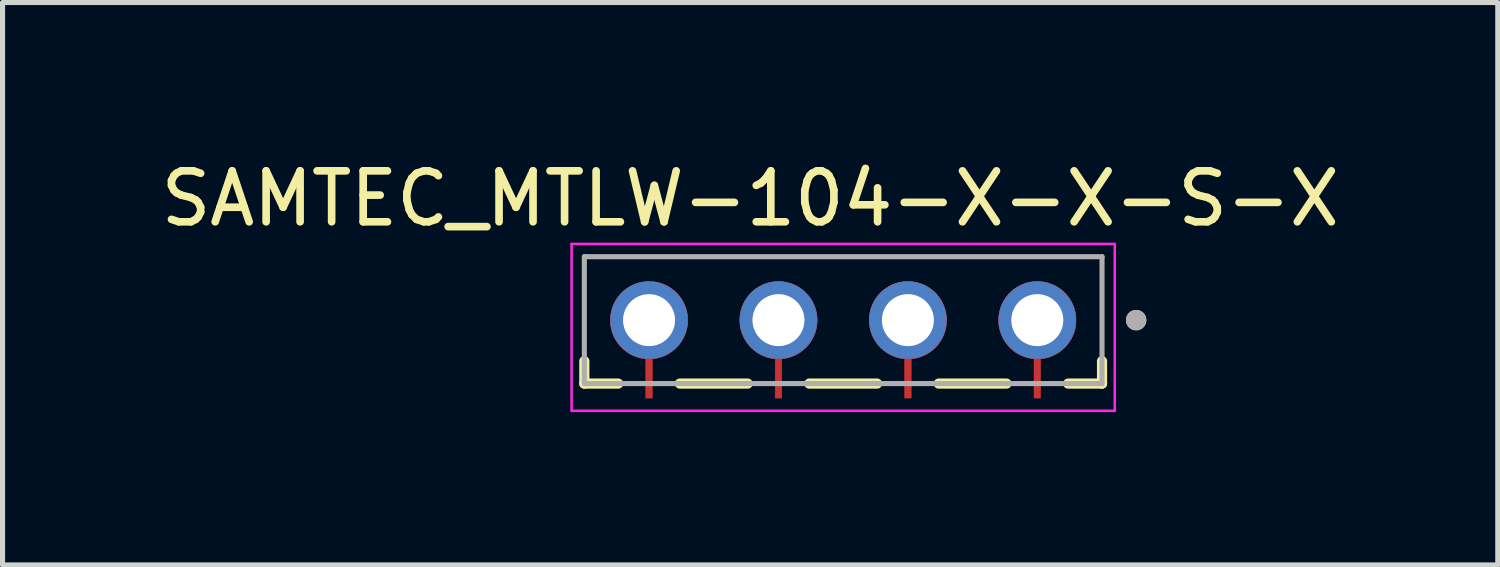
<source format=kicad_pcb>
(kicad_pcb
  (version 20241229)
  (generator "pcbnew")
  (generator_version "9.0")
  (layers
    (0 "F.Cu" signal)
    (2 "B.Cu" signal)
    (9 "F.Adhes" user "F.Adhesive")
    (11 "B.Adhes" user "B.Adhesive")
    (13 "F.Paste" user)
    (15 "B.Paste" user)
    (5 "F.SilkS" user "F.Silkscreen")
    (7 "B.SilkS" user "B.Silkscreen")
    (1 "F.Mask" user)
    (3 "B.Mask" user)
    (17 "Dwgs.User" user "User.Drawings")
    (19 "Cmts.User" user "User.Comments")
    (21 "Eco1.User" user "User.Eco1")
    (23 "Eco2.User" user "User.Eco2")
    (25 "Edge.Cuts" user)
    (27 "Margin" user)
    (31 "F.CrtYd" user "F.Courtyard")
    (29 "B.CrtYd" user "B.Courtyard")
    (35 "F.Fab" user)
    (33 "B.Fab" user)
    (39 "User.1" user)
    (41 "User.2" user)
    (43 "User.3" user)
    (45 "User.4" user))
  (footprint "SAMTEC_MTLW-104-X-X-S-X"
    (layer "F.Cu")
    (at 13.498 3.233)
    (property "Reference" "SAMTEC_MTLW-104-X-X-S-X" (at -1.825 -2.385 0) (layer "F.SilkS") (effects (font (size 1 1) (thickness 0.15))))
    (attr through_hole)
    (fp_poly (pts (xy -4.57 0) (xy -4.566 -0.079) (xy -4.553 -0.158) (xy -4.533 -0.235) (xy -4.504 -0.309) (xy -4.468 -0.38) (xy -4.425 -0.447) (xy -4.375 -0.509) (xy -4.319 -0.565) (xy -4.257 -0.615) (xy -4.19 -0.658) (xy -4.119 -0.694) (xy -4.045 -0.723) (xy -3.968 -0.743) (xy -3.889 -0.756) (xy -3.81 -0.76) (xy -3.731 -0.756) (xy -3.652 -0.743) (xy -3.575 -0.723) (xy -3.501 -0.694) (xy -3.43 -0.658) (xy -3.363 -0.615) (xy -3.301 -0.565) (xy -3.245 -0.509) (xy -3.195 -0.447) (xy -3.152 -0.38) (xy -3.116 -0.309) (xy -3.087 -0.235) (xy -3.067 -0.158) (xy -3.054 -0.079) (xy -3.05 0) (xy -3.051 0.038) (xy -3.054 0.076) (xy -3.058 0.113) (xy -3.065 0.151) (xy -3.073 0.187) (xy -3.083 0.224) (xy -3.095 0.259) (xy -3.109 0.294) (xy -3.124 0.329) (xy -3.141 0.363) (xy -3.16 0.395) (xy -3.18 0.427) (xy -3.202 0.458) (xy -3.225 0.487) (xy -3.25 0.516) (xy -3.276 0.543) (xy -3.304 0.569) (xy -3.333 0.593) (xy -3.362 0.616) (xy -3.393 0.638) (xy -3.425 0.658) (xy -3.458 0.676) (xy -3.492 0.692) (xy -3.527 0.707) (xy -3.562 0.721) (xy -3.598 0.732) (xy -3.634 0.742) (xy -3.671 0.75) (xy -3.708 0.756) (xy -3.745 0.76) (xy -3.745 1.53) (xy -3.875 1.53) (xy -3.875 0.76) (xy -3.912 0.756) (xy -3.949 0.75) (xy -3.986 0.742) (xy -4.022 0.732) (xy -4.058 0.721) (xy -4.093 0.707) (xy -4.128 0.692) (xy -4.162 0.676) (xy -4.195 0.658) (xy -4.227 0.638) (xy -4.258 0.616) (xy -4.287 0.593) (xy -4.316 0.569) (xy -4.344 0.543) (xy -4.37 0.516) (xy -4.395 0.487) (xy -4.418 0.458) (xy -4.44 0.427) (xy -4.46 0.395) (xy -4.479 0.363) (xy -4.496 0.329) (xy -4.511 0.294) (xy -4.525 0.259) (xy -4.537 0.224) (xy -4.547 0.187) (xy -4.555 0.151) (xy -4.562 0.113) (xy -4.566 0.076) (xy -4.569 0.038) (xy -4.57 0)) (stroke (width 0.01) (type solid)) (fill yes) (layer "F.Cu"))
    (fp_poly (pts (xy -2.03 0) (xy -2.026 -0.079) (xy -2.013 -0.158) (xy -1.993 -0.235) (xy -1.964 -0.309) (xy -1.928 -0.38) (xy -1.885 -0.447) (xy -1.835 -0.509) (xy -1.779 -0.565) (xy -1.717 -0.615) (xy -1.65 -0.658) (xy -1.579 -0.694) (xy -1.505 -0.723) (xy -1.428 -0.743) (xy -1.349 -0.756) (xy -1.27 -0.76) (xy -1.191 -0.756) (xy -1.112 -0.743) (xy -1.035 -0.723) (xy -0.961 -0.694) (xy -0.89 -0.658) (xy -0.823 -0.615) (xy -0.761 -0.565) (xy -0.705 -0.509) (xy -0.655 -0.447) (xy -0.612 -0.38) (xy -0.576 -0.309) (xy -0.547 -0.235) (xy -0.527 -0.158) (xy -0.514 -0.079) (xy -0.51 0) (xy -0.511 0.038) (xy -0.514 0.076) (xy -0.518 0.113) (xy -0.525 0.151) (xy -0.533 0.187) (xy -0.543 0.224) (xy -0.555 0.259) (xy -0.569 0.294) (xy -0.584 0.329) (xy -0.601 0.363) (xy -0.62 0.395) (xy -0.64 0.427) (xy -0.662 0.458) (xy -0.685 0.487) (xy -0.71 0.516) (xy -0.736 0.543) (xy -0.764 0.569) (xy -0.793 0.593) (xy -0.822 0.616) (xy -0.853 0.638) (xy -0.885 0.658) (xy -0.918 0.676) (xy -0.952 0.692) (xy -0.987 0.707) (xy -1.022 0.721) (xy -1.058 0.732) (xy -1.094 0.742) (xy -1.131 0.75) (xy -1.168 0.756) (xy -1.205 0.76) (xy -1.205 1.53) (xy -1.335 1.53) (xy -1.335 0.76) (xy -1.372 0.756) (xy -1.409 0.75) (xy -1.446 0.742) (xy -1.482 0.732) (xy -1.518 0.721) (xy -1.553 0.707) (xy -1.588 0.692) (xy -1.622 0.676) (xy -1.655 0.658) (xy -1.687 0.638) (xy -1.718 0.616) (xy -1.747 0.593) (xy -1.776 0.569) (xy -1.804 0.543) (xy -1.83 0.516) (xy -1.855 0.487) (xy -1.878 0.458) (xy -1.9 0.427) (xy -1.92 0.395) (xy -1.939 0.363) (xy -1.956 0.329) (xy -1.971 0.294) (xy -1.985 0.259) (xy -1.997 0.224) (xy -2.007 0.187) (xy -2.015 0.151) (xy -2.022 0.113) (xy -2.026 0.076) (xy -2.029 0.038) (xy -2.03 0)) (stroke (width 0.01) (type solid)) (fill yes) (layer "F.Cu"))
    (fp_poly (pts (xy 0.51 0) (xy 0.514 -0.079) (xy 0.527 -0.158) (xy 0.547 -0.235) (xy 0.576 -0.309) (xy 0.612 -0.38) (xy 0.655 -0.447) (xy 0.705 -0.509) (xy 0.761 -0.565) (xy 0.823 -0.615) (xy 0.89 -0.658) (xy 0.961 -0.694) (xy 1.035 -0.723) (xy 1.112 -0.743) (xy 1.191 -0.756) (xy 1.27 -0.76) (xy 1.349 -0.756) (xy 1.428 -0.743) (xy 1.505 -0.723) (xy 1.579 -0.694) (xy 1.65 -0.658) (xy 1.717 -0.615) (xy 1.779 -0.565) (xy 1.835 -0.509) (xy 1.885 -0.447) (xy 1.928 -0.38) (xy 1.964 -0.309) (xy 1.993 -0.235) (xy 2.013 -0.158) (xy 2.026 -0.079) (xy 2.03 0) (xy 2.029 0.038) (xy 2.026 0.076) (xy 2.022 0.113) (xy 2.015 0.151) (xy 2.007 0.187) (xy 1.997 0.224) (xy 1.985 0.259) (xy 1.971 0.294) (xy 1.956 0.329) (xy 1.939 0.363) (xy 1.92 0.395) (xy 1.9 0.427) (xy 1.878 0.458) (xy 1.855 0.487) (xy 1.83 0.516) (xy 1.804 0.543) (xy 1.776 0.569) (xy 1.747 0.593) (xy 1.718 0.616) (xy 1.687 0.638) (xy 1.655 0.658) (xy 1.622 0.676) (xy 1.588 0.692) (xy 1.553 0.707) (xy 1.518 0.721) (xy 1.482 0.732) (xy 1.446 0.742) (xy 1.409 0.75) (xy 1.372 0.756) (xy 1.335 0.76) (xy 1.335 1.53) (xy 1.205 1.53) (xy 1.205 0.76) (xy 1.168 0.756) (xy 1.131 0.75) (xy 1.094 0.742) (xy 1.058 0.732) (xy 1.022 0.721) (xy 0.987 0.707) (xy 0.952 0.692) (xy 0.918 0.676) (xy 0.885 0.658) (xy 0.853 0.638) (xy 0.822 0.616) (xy 0.793 0.593) (xy 0.764 0.569) (xy 0.736 0.543) (xy 0.71 0.516) (xy 0.685 0.487) (xy 0.662 0.458) (xy 0.64 0.427) (xy 0.62 0.395) (xy 0.601 0.363) (xy 0.584 0.329) (xy 0.569 0.294) (xy 0.555 0.259) (xy 0.543 0.224) (xy 0.533 0.187) (xy 0.525 0.151) (xy 0.518 0.113) (xy 0.514 0.076) (xy 0.511 0.038) (xy 0.51 0)) (stroke (width 0.01) (type solid)) (fill yes) (layer "F.Cu"))
    (fp_poly (pts (xy 3.05 0) (xy 3.054 -0.079) (xy 3.067 -0.158) (xy 3.087 -0.235) (xy 3.116 -0.309) (xy 3.152 -0.38) (xy 3.195 -0.447) (xy 3.245 -0.509) (xy 3.301 -0.565) (xy 3.363 -0.615) (xy 3.43 -0.658) (xy 3.501 -0.694) (xy 3.575 -0.723) (xy 3.652 -0.743) (xy 3.731 -0.756) (xy 3.81 -0.76) (xy 3.889 -0.756) (xy 3.968 -0.743) (xy 4.045 -0.723) (xy 4.119 -0.694) (xy 4.19 -0.658) (xy 4.257 -0.615) (xy 4.319 -0.565) (xy 4.375 -0.509) (xy 4.425 -0.447) (xy 4.468 -0.38) (xy 4.504 -0.309) (xy 4.533 -0.235) (xy 4.553 -0.158) (xy 4.566 -0.079) (xy 4.57 0) (xy 4.569 0.038) (xy 4.566 0.076) (xy 4.562 0.113) (xy 4.555 0.151) (xy 4.547 0.187) (xy 4.537 0.224) (xy 4.525 0.259) (xy 4.511 0.294) (xy 4.496 0.329) (xy 4.479 0.363) (xy 4.46 0.395) (xy 4.44 0.427) (xy 4.418 0.458) (xy 4.395 0.487) (xy 4.37 0.516) (xy 4.344 0.543) (xy 4.316 0.569) (xy 4.287 0.593) (xy 4.258 0.616) (xy 4.227 0.638) (xy 4.195 0.658) (xy 4.162 0.676) (xy 4.128 0.692) (xy 4.093 0.707) (xy 4.058 0.721) (xy 4.022 0.732) (xy 3.986 0.742) (xy 3.949 0.75) (xy 3.912 0.756) (xy 3.875 0.76) (xy 3.875 1.53) (xy 3.745 1.53) (xy 3.745 0.76) (xy 3.708 0.756) (xy 3.671 0.75) (xy 3.634 0.742) (xy 3.598 0.732) (xy 3.562 0.721) (xy 3.527 0.707) (xy 3.492 0.692) (xy 3.458 0.676) (xy 3.425 0.658) (xy 3.393 0.638) (xy 3.362 0.616) (xy 3.333 0.593) (xy 3.304 0.569) (xy 3.276 0.543) (xy 3.25 0.516) (xy 3.225 0.487) (xy 3.202 0.458) (xy 3.18 0.427) (xy 3.16 0.395) (xy 3.141 0.363) (xy 3.124 0.329) (xy 3.109 0.294) (xy 3.095 0.259) (xy 3.083 0.224) (xy 3.073 0.187) (xy 3.065 0.151) (xy 3.058 0.113) (xy 3.054 0.076) (xy 3.051 0.038) (xy 3.05 0)) (stroke (width 0.01) (type solid)) (fill yes) (layer "F.Cu"))
    (fp_poly (pts (xy -4.67 0) (xy -4.665 -0.09) (xy -4.651 -0.179) (xy -4.628 -0.266) (xy -4.596 -0.35) (xy -4.555 -0.43) (xy -4.506 -0.505) (xy -4.449 -0.575) (xy -4.385 -0.639) (xy -4.315 -0.696) (xy -4.24 -0.745) (xy -4.16 -0.786) (xy -4.076 -0.818) (xy -3.989 -0.841) (xy -3.9 -0.855) (xy -3.81 -0.86) (xy -3.72 -0.855) (xy -3.631 -0.841) (xy -3.544 -0.818) (xy -3.46 -0.786) (xy -3.38 -0.745) (xy -3.305 -0.696) (xy -3.235 -0.639) (xy -3.171 -0.575) (xy -3.114 -0.505) (xy -3.065 -0.43) (xy -3.024 -0.35) (xy -2.992 -0.266) (xy -2.969 -0.179) (xy -2.955 -0.09) (xy -2.95 0) (xy -2.951 0.038) (xy -2.954 0.077) (xy -2.958 0.116) (xy -2.964 0.155) (xy -2.973 0.194) (xy -2.982 0.232) (xy -2.994 0.269) (xy -3.007 0.307) (xy -3.022 0.343) (xy -3.039 0.379) (xy -3.057 0.413) (xy -3.077 0.448) (xy -3.098 0.481) (xy -3.121 0.513) (xy -3.146 0.544) (xy -3.171 0.573) (xy -3.199 0.602) (xy -3.227 0.629) (xy -3.257 0.655) (xy -3.287 0.68) (xy -3.319 0.703) (xy -3.352 0.725) (xy -3.386 0.745) (xy -3.421 0.763) (xy -3.456 0.78) (xy -3.492 0.796) (xy -3.529 0.809) (xy -3.567 0.821) (xy -3.605 0.831) (xy -3.645 0.84) (xy -3.645 1.63) (xy -3.975 1.63) (xy -3.975 0.84) (xy -4.015 0.831) (xy -4.053 0.821) (xy -4.091 0.809) (xy -4.128 0.796) (xy -4.164 0.78) (xy -4.199 0.763) (xy -4.234 0.745) (xy -4.268 0.725) (xy -4.301 0.703) (xy -4.333 0.68) (xy -4.363 0.655) (xy -4.393 0.629) (xy -4.421 0.602) (xy -4.449 0.573) (xy -4.474 0.544) (xy -4.499 0.513) (xy -4.522 0.481) (xy -4.543 0.448) (xy -4.563 0.413) (xy -4.581 0.379) (xy -4.598 0.343) (xy -4.613 0.307) (xy -4.626 0.269) (xy -4.638 0.232) (xy -4.647 0.194) (xy -4.656 0.155) (xy -4.662 0.116) (xy -4.666 0.077) (xy -4.669 0.038) (xy -4.67 0)) (stroke (width 0.01) (type solid)) (fill yes) (layer "F.Mask"))
    (fp_poly (pts (xy -2.13 0) (xy -2.125 -0.09) (xy -2.111 -0.179) (xy -2.088 -0.266) (xy -2.056 -0.35) (xy -2.015 -0.43) (xy -1.966 -0.505) (xy -1.909 -0.575) (xy -1.845 -0.639) (xy -1.775 -0.696) (xy -1.7 -0.745) (xy -1.62 -0.786) (xy -1.536 -0.818) (xy -1.449 -0.841) (xy -1.36 -0.855) (xy -1.27 -0.86) (xy -1.18 -0.855) (xy -1.091 -0.841) (xy -1.004 -0.818) (xy -0.92 -0.786) (xy -0.84 -0.745) (xy -0.765 -0.696) (xy -0.695 -0.639) (xy -0.631 -0.575) (xy -0.574 -0.505) (xy -0.525 -0.43) (xy -0.484 -0.35) (xy -0.452 -0.266) (xy -0.429 -0.179) (xy -0.415 -0.09) (xy -0.41 0) (xy -0.411 0.038) (xy -0.414 0.077) (xy -0.418 0.116) (xy -0.424 0.155) (xy -0.433 0.194) (xy -0.442 0.232) (xy -0.454 0.269) (xy -0.467 0.307) (xy -0.482 0.343) (xy -0.499 0.379) (xy -0.517 0.413) (xy -0.537 0.448) (xy -0.558 0.481) (xy -0.581 0.513) (xy -0.606 0.544) (xy -0.631 0.573) (xy -0.659 0.602) (xy -0.687 0.629) (xy -0.717 0.655) (xy -0.747 0.68) (xy -0.779 0.703) (xy -0.812 0.725) (xy -0.846 0.745) (xy -0.881 0.763) (xy -0.916 0.78) (xy -0.952 0.796) (xy -0.989 0.809) (xy -1.027 0.821) (xy -1.065 0.831) (xy -1.105 0.84) (xy -1.105 1.63) (xy -1.435 1.63) (xy -1.435 0.84) (xy -1.475 0.831) (xy -1.513 0.821) (xy -1.551 0.809) (xy -1.588 0.796) (xy -1.624 0.78) (xy -1.659 0.763) (xy -1.694 0.745) (xy -1.728 0.725) (xy -1.761 0.703) (xy -1.793 0.68) (xy -1.823 0.655) (xy -1.853 0.629) (xy -1.881 0.602) (xy -1.909 0.573) (xy -1.934 0.544) (xy -1.959 0.513) (xy -1.982 0.481) (xy -2.003 0.448) (xy -2.023 0.413) (xy -2.041 0.379) (xy -2.058 0.343) (xy -2.073 0.307) (xy -2.086 0.269) (xy -2.098 0.232) (xy -2.107 0.194) (xy -2.116 0.155) (xy -2.122 0.116) (xy -2.126 0.077) (xy -2.129 0.038) (xy -2.13 0)) (stroke (width 0.01) (type solid)) (fill yes) (layer "F.Mask"))
    (fp_poly (pts (xy 0.41 0) (xy 0.415 -0.09) (xy 0.429 -0.179) (xy 0.452 -0.266) (xy 0.484 -0.35) (xy 0.525 -0.43) (xy 0.574 -0.505) (xy 0.631 -0.575) (xy 0.695 -0.639) (xy 0.765 -0.696) (xy 0.84 -0.745) (xy 0.92 -0.786) (xy 1.004 -0.818) (xy 1.091 -0.841) (xy 1.18 -0.855) (xy 1.27 -0.86) (xy 1.36 -0.855) (xy 1.449 -0.841) (xy 1.536 -0.818) (xy 1.62 -0.786) (xy 1.7 -0.745) (xy 1.775 -0.696) (xy 1.845 -0.639) (xy 1.909 -0.575) (xy 1.966 -0.505) (xy 2.015 -0.43) (xy 2.056 -0.35) (xy 2.088 -0.266) (xy 2.111 -0.179) (xy 2.125 -0.09) (xy 2.13 0) (xy 2.129 0.038) (xy 2.126 0.077) (xy 2.122 0.116) (xy 2.116 0.155) (xy 2.107 0.194) (xy 2.098 0.232) (xy 2.086 0.269) (xy 2.073 0.307) (xy 2.058 0.343) (xy 2.041 0.379) (xy 2.023 0.413) (xy 2.003 0.448) (xy 1.982 0.481) (xy 1.959 0.513) (xy 1.934 0.544) (xy 1.909 0.573) (xy 1.881 0.602) (xy 1.853 0.629) (xy 1.823 0.655) (xy 1.793 0.68) (xy 1.761 0.703) (xy 1.728 0.725) (xy 1.694 0.745) (xy 1.659 0.763) (xy 1.624 0.78) (xy 1.588 0.796) (xy 1.551 0.809) (xy 1.513 0.821) (xy 1.475 0.831) (xy 1.435 0.84) (xy 1.435 1.63) (xy 1.105 1.63) (xy 1.105 0.84) (xy 1.065 0.831) (xy 1.027 0.821) (xy 0.989 0.809) (xy 0.952 0.796) (xy 0.916 0.78) (xy 0.881 0.763) (xy 0.846 0.745) (xy 0.812 0.725) (xy 0.779 0.703) (xy 0.747 0.68) (xy 0.717 0.655) (xy 0.687 0.629) (xy 0.659 0.602) (xy 0.631 0.573) (xy 0.606 0.544) (xy 0.581 0.513) (xy 0.558 0.481) (xy 0.537 0.448) (xy 0.517 0.413) (xy 0.499 0.379) (xy 0.482 0.343) (xy 0.467 0.307) (xy 0.454 0.269) (xy 0.442 0.232) (xy 0.433 0.194) (xy 0.424 0.155) (xy 0.418 0.116) (xy 0.414 0.077) (xy 0.411 0.038) (xy 0.41 0)) (stroke (width 0.01) (type solid)) (fill yes) (layer "F.Mask"))
    (fp_poly (pts (xy 2.95 0) (xy 2.955 -0.09) (xy 2.969 -0.179) (xy 2.992 -0.266) (xy 3.024 -0.35) (xy 3.065 -0.43) (xy 3.114 -0.505) (xy 3.171 -0.575) (xy 3.235 -0.639) (xy 3.305 -0.696) (xy 3.38 -0.745) (xy 3.46 -0.786) (xy 3.544 -0.818) (xy 3.631 -0.841) (xy 3.72 -0.855) (xy 3.81 -0.86) (xy 3.9 -0.855) (xy 3.989 -0.841) (xy 4.076 -0.818) (xy 4.16 -0.786) (xy 4.24 -0.745) (xy 4.315 -0.696) (xy 4.385 -0.639) (xy 4.449 -0.575) (xy 4.506 -0.505) (xy 4.555 -0.43) (xy 4.596 -0.35) (xy 4.628 -0.266) (xy 4.651 -0.179) (xy 4.665 -0.09) (xy 4.67 0) (xy 4.669 0.038) (xy 4.666 0.077) (xy 4.662 0.116) (xy 4.656 0.155) (xy 4.647 0.194) (xy 4.638 0.232) (xy 4.626 0.269) (xy 4.613 0.307) (xy 4.598 0.343) (xy 4.581 0.379) (xy 4.563 0.413) (xy 4.543 0.448) (xy 4.522 0.481) (xy 4.499 0.513) (xy 4.474 0.544) (xy 4.449 0.573) (xy 4.421 0.602) (xy 4.393 0.629) (xy 4.363 0.655) (xy 4.333 0.68) (xy 4.301 0.703) (xy 4.268 0.725) (xy 4.234 0.745) (xy 4.199 0.763) (xy 4.164 0.78) (xy 4.128 0.796) (xy 4.091 0.809) (xy 4.053 0.821) (xy 4.015 0.831) (xy 3.975 0.84) (xy 3.975 1.63) (xy 3.645 1.63) (xy 3.645 0.84) (xy 3.605 0.831) (xy 3.567 0.821) (xy 3.529 0.809) (xy 3.492 0.796) (xy 3.456 0.78) (xy 3.421 0.763) (xy 3.386 0.745) (xy 3.352 0.725) (xy 3.319 0.703) (xy 3.287 0.68) (xy 3.257 0.655) (xy 3.227 0.629) (xy 3.199 0.602) (xy 3.171 0.573) (xy 3.146 0.544) (xy 3.121 0.513) (xy 3.098 0.481) (xy 3.077 0.448) (xy 3.057 0.413) (xy 3.039 0.379) (xy 3.022 0.343) (xy 3.007 0.307) (xy 2.994 0.269) (xy 2.982 0.232) (xy 2.973 0.194) (xy 2.964 0.155) (xy 2.958 0.116) (xy 2.954 0.077) (xy 2.951 0.038) (xy 2.95 0)) (stroke (width 0.01) (type solid)) (fill yes) (layer "F.Mask"))
    (fp_line (start -5.08 1.245) (end -5.08 0.805) (stroke (width 0.2) (type solid)) (layer "F.SilkS"))
    (fp_line (start -4.415 1.245) (end -5.08 1.245) (stroke (width 0.2) (type solid)) (layer "F.SilkS"))
    (fp_line (start -1.875 1.245) (end -3.205 1.245) (stroke (width 0.2) (type solid)) (layer "F.SilkS"))
    (fp_line (start 0.665 1.245) (end -0.665 1.245) (stroke (width 0.2) (type solid)) (layer "F.SilkS"))
    (fp_line (start 3.205 1.245) (end 1.875 1.245) (stroke (width 0.2) (type solid)) (layer "F.SilkS"))
    (fp_line (start 5.08 0.805) (end 5.08 1.245) (stroke (width 0.2) (type solid)) (layer "F.SilkS"))
    (fp_line (start 5.08 1.245) (end 4.415 1.245) (stroke (width 0.2) (type solid)) (layer "F.SilkS"))
    (fp_circle (center 5.75 0) (end 5.85 0) (stroke (width 0.2) (type solid)) (fill no) (layer "F.SilkS"))
    (fp_poly (pts (xy -4.89 -1.085) (xy -2.73 -1.085) (xy -2.73 0.455) (xy -3.19 0.455) (xy -3.555 0.77) (xy -3.555 1.53) (xy -4.065 1.53) (xy -4.065 0.77) (xy -4.43 0.455) (xy -4.89 0.455)) (stroke (width 0.01) (type solid)) (fill yes) (layer "F.Paste"))
    (fp_poly (pts (xy -2.35 -1.085) (xy -0.19 -1.085) (xy -0.19 0.455) (xy -0.65 0.455) (xy -1.015 0.77) (xy -1.015 1.53) (xy -1.525 1.53) (xy -1.525 0.77) (xy -1.89 0.455) (xy -2.35 0.455)) (stroke (width 0.01) (type solid)) (fill yes) (layer "F.Paste"))
    (fp_poly (pts (xy 0.19 -1.085) (xy 2.35 -1.085) (xy 2.35 0.455) (xy 1.89 0.455) (xy 1.525 0.77) (xy 1.525 1.53) (xy 1.015 1.53) (xy 1.015 0.77) (xy 0.65 0.455) (xy 0.19 0.455)) (stroke (width 0.01) (type solid)) (fill yes) (layer "F.Paste"))
    (fp_poly (pts (xy 2.73 -1.085) (xy 4.89 -1.085) (xy 4.89 0.455) (xy 4.43 0.455) (xy 4.065 0.77) (xy 4.065 1.53) (xy 3.555 1.53) (xy 3.555 0.77) (xy 3.19 0.455) (xy 2.73 0.455)) (stroke (width 0.01) (type solid)) (fill yes) (layer "F.Paste"))
    (fp_line (start -5.33 -1.495) (end 5.33 -1.495) (stroke (width 0.05) (type solid)) (layer "F.CrtYd"))
    (fp_line (start -5.33 1.78) (end -5.33 -1.495) (stroke (width 0.05) (type solid)) (layer "F.CrtYd"))
    (fp_line (start 5.33 -1.495) (end 5.33 1.78) (stroke (width 0.05) (type solid)) (layer "F.CrtYd"))
    (fp_line (start 5.33 1.78) (end -5.33 1.78) (stroke (width 0.05) (type solid)) (layer "F.CrtYd"))
    (fp_line (start -5.08 -1.245) (end 5.08 -1.245) (stroke (width 0.1) (type solid)) (layer "F.Fab"))
    (fp_line (start -5.08 1.245) (end -5.08 -1.245) (stroke (width 0.1) (type solid)) (layer "F.Fab"))
    (fp_line (start 5.08 -1.245) (end 5.08 1.245) (stroke (width 0.1) (type solid)) (layer "F.Fab"))
    (fp_line (start 5.08 1.245) (end -5.08 1.245) (stroke (width 0.1) (type solid)) (layer "F.Fab"))
    (fp_circle (center 5.75 0) (end 5.85 0) (stroke (width 0.2) (type solid)) (fill no) (layer "F.Fab"))
    (pad "01" thru_hole circle (at 3.81 0) (size 1.52 1.52) (drill 1.02) (layers "*.Cu" "*.Mask"))
    (pad "02" thru_hole circle (at 1.27 0) (size 1.52 1.52) (drill 1.02) (layers "*.Cu" "*.Mask"))
    (pad "03" thru_hole circle (at -1.27 0) (size 1.52 1.52) (drill 1.02) (layers "*.Cu" "*.Mask"))
    (pad "04" thru_hole circle (at -3.81 0) (size 1.52 1.52) (drill 1.02) (layers "*.Cu" "*.Mask")))
  (gr_rect
    (start -3 -3)
    (end 26.345 8.038)
    (stroke (width 0.1) (type default))
    (fill no)
    (layer "Edge.Cuts")))
</source>
